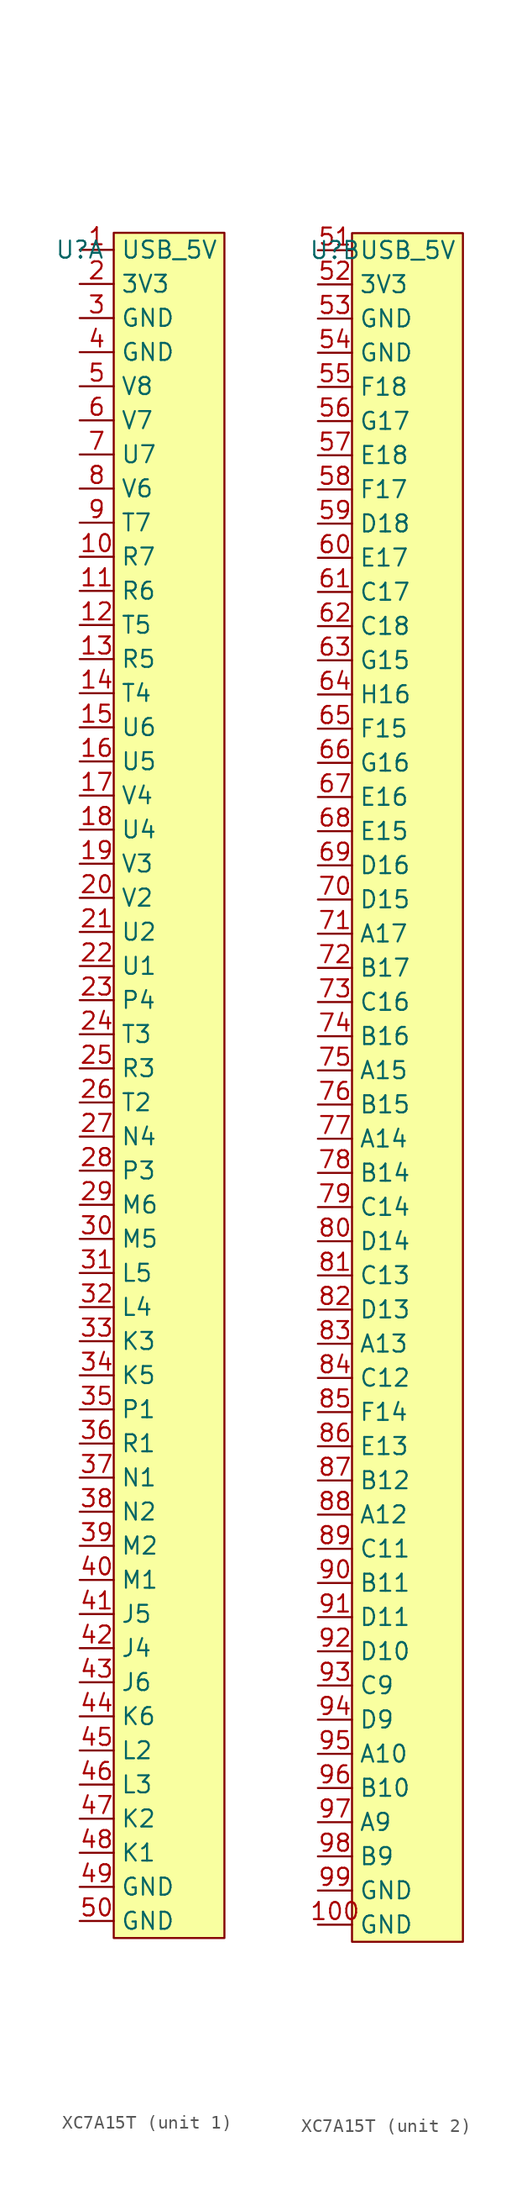
<source format=kicad_sym>
(kicad_symbol_lib
  (version 20231120)
  (generator "kicad_symbol_editor")
  (generator_version "8.0")
  (symbol "XC7A15T"
    (property "Reference" "U"
      (at 0 0 0)
      (effects (font (size 1.27 1.27))))
    (property "Value" ""
      (at 0 0 0)
      (effects (font (size 1.27 1.27))))
    (property "ki_locked" ""
      (at 0 0 0)
      (effects (font (size 1.27 1.27))))
    (symbol "XC7A15T_1_0"
      (pin power_in line (at 0 0 0) (length 2.54) (name "USB_5V" (effects (font (size 1.27 1.27)))) (number "1" (effects (font (size 1.27 1.27)))))
      (pin bidirectional line (at 0 -22.86 0) (length 2.54) (name "R7" (effects (font (size 1.27 1.27)))) (number "10" (effects (font (size 1.27 1.27)))))
      (pin bidirectional line (at 0 -25.4 0) (length 2.54) (name "R6" (effects (font (size 1.27 1.27)))) (number "11" (effects (font (size 1.27 1.27)))))
      (pin bidirectional line (at 0 -27.94 0) (length 2.54) (name "T5" (effects (font (size 1.27 1.27)))) (number "12" (effects (font (size 1.27 1.27)))))
      (pin bidirectional line (at 0 -30.48 0) (length 2.54) (name "R5" (effects (font (size 1.27 1.27)))) (number "13" (effects (font (size 1.27 1.27)))))
      (pin bidirectional line (at 0 -33.02 0) (length 2.54) (name "T4" (effects (font (size 1.27 1.27)))) (number "14" (effects (font (size 1.27 1.27)))))
      (pin bidirectional line (at 0 -35.56 0) (length 2.54) (name "U6" (effects (font (size 1.27 1.27)))) (number "15" (effects (font (size 1.27 1.27)))))
      (pin bidirectional line (at 0 -38.1 0) (length 2.54) (name "U5" (effects (font (size 1.27 1.27)))) (number "16" (effects (font (size 1.27 1.27)))))
      (pin bidirectional line (at 0 -40.64 0) (length 2.54) (name "V4" (effects (font (size 1.27 1.27)))) (number "17" (effects (font (size 1.27 1.27)))))
      (pin bidirectional line (at 0 -43.18 0) (length 2.54) (name "U4" (effects (font (size 1.27 1.27)))) (number "18" (effects (font (size 1.27 1.27)))))
      (pin bidirectional line (at 0 -45.72 0) (length 2.54) (name "V3" (effects (font (size 1.27 1.27)))) (number "19" (effects (font (size 1.27 1.27)))))
      (pin power_in line (at 0 -2.54 0) (length 2.54) (name "3V3" (effects (font (size 1.27 1.27)))) (number "2" (effects (font (size 1.27 1.27)))))
      (pin bidirectional line (at 0 -48.26 0) (length 2.54) (name "V2" (effects (font (size 1.27 1.27)))) (number "20" (effects (font (size 1.27 1.27)))))
      (pin bidirectional line (at 0 -50.8 0) (length 2.54) (name "U2" (effects (font (size 1.27 1.27)))) (number "21" (effects (font (size 1.27 1.27)))))
      (pin bidirectional line (at 0 -53.34 0) (length 2.54) (name "U1" (effects (font (size 1.27 1.27)))) (number "22" (effects (font (size 1.27 1.27)))))
      (pin bidirectional line (at 0 -55.88 0) (length 2.54) (name "P4" (effects (font (size 1.27 1.27)))) (number "23" (effects (font (size 1.27 1.27)))))
      (pin bidirectional line (at 0 -58.42 0) (length 2.54) (name "T3" (effects (font (size 1.27 1.27)))) (number "24" (effects (font (size 1.27 1.27)))))
      (pin bidirectional line (at 0 -60.96 0) (length 2.54) (name "R3" (effects (font (size 1.27 1.27)))) (number "25" (effects (font (size 1.27 1.27)))))
      (pin bidirectional line (at 0 -63.5 0) (length 2.54) (name "T2" (effects (font (size 1.27 1.27)))) (number "26" (effects (font (size 1.27 1.27)))))
      (pin bidirectional line (at 0 -66.04 0) (length 2.54) (name "N4" (effects (font (size 1.27 1.27)))) (number "27" (effects (font (size 1.27 1.27)))))
      (pin bidirectional line (at 0 -68.58 0) (length 2.54) (name "P3" (effects (font (size 1.27 1.27)))) (number "28" (effects (font (size 1.27 1.27)))))
      (pin bidirectional line (at 0 -71.12 0) (length 2.54) (name "M6" (effects (font (size 1.27 1.27)))) (number "29" (effects (font (size 1.27 1.27)))))
      (pin passive line (at 0 -5.08 0) (length 2.54) (name "GND" (effects (font (size 1.27 1.27)))) (number "3" (effects (font (size 1.27 1.27)))))
      (pin bidirectional line (at 0 -73.66 0) (length 2.54) (name "M5" (effects (font (size 1.27 1.27)))) (number "30" (effects (font (size 1.27 1.27)))))
      (pin bidirectional line (at 0 -76.2 0) (length 2.54) (name "L5" (effects (font (size 1.27 1.27)))) (number "31" (effects (font (size 1.27 1.27)))))
      (pin bidirectional line (at 0 -78.74 0) (length 2.54) (name "L4" (effects (font (size 1.27 1.27)))) (number "32" (effects (font (size 1.27 1.27)))))
      (pin bidirectional line (at 0 -81.28 0) (length 2.54) (name "K3" (effects (font (size 1.27 1.27)))) (number "33" (effects (font (size 1.27 1.27)))))
      (pin bidirectional line (at 0 -83.82 0) (length 2.54) (name "K5" (effects (font (size 1.27 1.27)))) (number "34" (effects (font (size 1.27 1.27)))))
      (pin bidirectional line (at 0 -86.36 0) (length 2.54) (name "P1" (effects (font (size 1.27 1.27)))) (number "35" (effects (font (size 1.27 1.27)))))
      (pin bidirectional line (at 0 -88.9 0) (length 2.54) (name "R1" (effects (font (size 1.27 1.27)))) (number "36" (effects (font (size 1.27 1.27)))))
      (pin bidirectional line (at 0 -91.44 0) (length 2.54) (name "N1" (effects (font (size 1.27 1.27)))) (number "37" (effects (font (size 1.27 1.27)))))
      (pin bidirectional line (at 0 -93.98 0) (length 2.54) (name "N2" (effects (font (size 1.27 1.27)))) (number "38" (effects (font (size 1.27 1.27)))))
      (pin bidirectional line (at 0 -96.52 0) (length 2.54) (name "M2" (effects (font (size 1.27 1.27)))) (number "39" (effects (font (size 1.27 1.27)))))
      (pin passive line (at 0 -7.62 0) (length 2.54) (name "GND" (effects (font (size 1.27 1.27)))) (number "4" (effects (font (size 1.27 1.27)))))
      (pin bidirectional line (at 0 -99.06 0) (length 2.54) (name "M1" (effects (font (size 1.27 1.27)))) (number "40" (effects (font (size 1.27 1.27)))))
      (pin bidirectional line (at 0 -101.6 0) (length 2.54) (name "J5" (effects (font (size 1.27 1.27)))) (number "41" (effects (font (size 1.27 1.27)))))
      (pin bidirectional line (at 0 -104.14 0) (length 2.54) (name "J4" (effects (font (size 1.27 1.27)))) (number "42" (effects (font (size 1.27 1.27)))))
      (pin bidirectional line (at 0 -106.68 0) (length 2.54) (name "J6" (effects (font (size 1.27 1.27)))) (number "43" (effects (font (size 1.27 1.27)))))
      (pin bidirectional line (at 0 -109.22 0) (length 2.54) (name "K6" (effects (font (size 1.27 1.27)))) (number "44" (effects (font (size 1.27 1.27)))))
      (pin bidirectional line (at 0 -111.76 0) (length 2.54) (name "L2" (effects (font (size 1.27 1.27)))) (number "45" (effects (font (size 1.27 1.27)))))
      (pin bidirectional line (at 0 -114.3 0) (length 2.54) (name "L3" (effects (font (size 1.27 1.27)))) (number "46" (effects (font (size 1.27 1.27)))))
      (pin bidirectional line (at 0 -116.84 0) (length 2.54) (name "K2" (effects (font (size 1.27 1.27)))) (number "47" (effects (font (size 1.27 1.27)))))
      (pin bidirectional line (at 0 -119.38 0) (length 2.54) (name "K1" (effects (font (size 1.27 1.27)))) (number "48" (effects (font (size 1.27 1.27)))))
      (pin passive line (at 0 -121.92 0) (length 2.54) (name "GND" (effects (font (size 1.27 1.27)))) (number "49" (effects (font (size 1.27 1.27)))))
      (pin bidirectional line (at 0 -10.16 0) (length 2.54) (name "V8" (effects (font (size 1.27 1.27)))) (number "5" (effects (font (size 1.27 1.27)))))
      (pin passive line (at 0 -124.46 0) (length 2.54) (name "GND" (effects (font (size 1.27 1.27)))) (number "50" (effects (font (size 1.27 1.27)))))
      (pin bidirectional line (at 0 -12.7 0) (length 2.54) (name "V7" (effects (font (size 1.27 1.27)))) (number "6" (effects (font (size 1.27 1.27)))))
      (pin bidirectional line (at 0 -15.24 0) (length 2.54) (name "U7" (effects (font (size 1.27 1.27)))) (number "7" (effects (font (size 1.27 1.27)))))
      (pin bidirectional line (at 0 -17.78 0) (length 2.54) (name "V6" (effects (font (size 1.27 1.27)))) (number "8" (effects (font (size 1.27 1.27)))))
      (pin bidirectional line (at 0 -20.32 0) (length 2.54) (name "T7" (effects (font (size 1.27 1.27)))) (number "9" (effects (font (size 1.27 1.27))))))
    (symbol "XC7A15T_1_1"
      (text_box "" (at 2.54 1.27 0) (size 8.255 -127) (stroke (width 0) (type default)) (fill (type color) (color 249 255 160 1)) (effects (font (size 1.27 1.27)) (justify left top))))
    (symbol "XC7A15T_2_0"
      (pin passive line (at -1.27 -124.46 0) (length 2.54) (name "GND" (effects (font (size 1.27 1.27)))) (number "100" (effects (font (size 1.27 1.27)))))
      (pin power_in line (at -1.27 0 0) (length 2.54) (name "USB_5V" (effects (font (size 1.27 1.27)))) (number "51" (effects (font (size 1.27 1.27)))))
      (pin power_in line (at -1.27 -2.54 0) (length 2.54) (name "3V3" (effects (font (size 1.27 1.27)))) (number "52" (effects (font (size 1.27 1.27)))))
      (pin passive line (at -1.27 -5.08 0) (length 2.54) (name "GND" (effects (font (size 1.27 1.27)))) (number "53" (effects (font (size 1.27 1.27)))))
      (pin passive line (at -1.27 -7.62 0) (length 2.54) (name "GND" (effects (font (size 1.27 1.27)))) (number "54" (effects (font (size 1.27 1.27)))))
      (pin bidirectional line (at -1.27 -10.16 0) (length 2.54) (name "F18" (effects (font (size 1.27 1.27)))) (number "55" (effects (font (size 1.27 1.27)))))
      (pin bidirectional line (at -1.27 -12.7 0) (length 2.54) (name "G17" (effects (font (size 1.27 1.27)))) (number "56" (effects (font (size 1.27 1.27)))))
      (pin bidirectional line (at -1.27 -15.24 0) (length 2.54) (name "E18" (effects (font (size 1.27 1.27)))) (number "57" (effects (font (size 1.27 1.27)))))
      (pin bidirectional line (at -1.27 -17.78 0) (length 2.54) (name "F17" (effects (font (size 1.27 1.27)))) (number "58" (effects (font (size 1.27 1.27)))))
      (pin bidirectional line (at -1.27 -20.32 0) (length 2.54) (name "D18" (effects (font (size 1.27 1.27)))) (number "59" (effects (font (size 1.27 1.27)))))
      (pin bidirectional line (at -1.27 -22.86 0) (length 2.54) (name "E17" (effects (font (size 1.27 1.27)))) (number "60" (effects (font (size 1.27 1.27)))))
      (pin bidirectional line (at -1.27 -25.4 0) (length 2.54) (name "C17" (effects (font (size 1.27 1.27)))) (number "61" (effects (font (size 1.27 1.27)))))
      (pin bidirectional line (at -1.27 -27.94 0) (length 2.54) (name "C18" (effects (font (size 1.27 1.27)))) (number "62" (effects (font (size 1.27 1.27)))))
      (pin bidirectional line (at -1.27 -30.48 0) (length 2.54) (name "G15" (effects (font (size 1.27 1.27)))) (number "63" (effects (font (size 1.27 1.27)))))
      (pin bidirectional line (at -1.27 -33.02 0) (length 2.54) (name "H16" (effects (font (size 1.27 1.27)))) (number "64" (effects (font (size 1.27 1.27)))))
      (pin bidirectional line (at -1.27 -35.56 0) (length 2.54) (name "F15" (effects (font (size 1.27 1.27)))) (number "65" (effects (font (size 1.27 1.27)))))
      (pin bidirectional line (at -1.27 -38.1 0) (length 2.54) (name "G16" (effects (font (size 1.27 1.27)))) (number "66" (effects (font (size 1.27 1.27)))))
      (pin bidirectional line (at -1.27 -40.64 0) (length 2.54) (name "E16" (effects (font (size 1.27 1.27)))) (number "67" (effects (font (size 1.27 1.27)))))
      (pin bidirectional line (at -1.27 -43.18 0) (length 2.54) (name "E15" (effects (font (size 1.27 1.27)))) (number "68" (effects (font (size 1.27 1.27)))))
      (pin bidirectional line (at -1.27 -45.72 0) (length 2.54) (name "D16" (effects (font (size 1.27 1.27)))) (number "69" (effects (font (size 1.27 1.27)))))
      (pin bidirectional line (at -1.27 -48.26 0) (length 2.54) (name "D15" (effects (font (size 1.27 1.27)))) (number "70" (effects (font (size 1.27 1.27)))))
      (pin bidirectional line (at -1.27 -50.8 0) (length 2.54) (name "A17" (effects (font (size 1.27 1.27)))) (number "71" (effects (font (size 1.27 1.27)))))
      (pin bidirectional line (at -1.27 -53.34 0) (length 2.54) (name "B17" (effects (font (size 1.27 1.27)))) (number "72" (effects (font (size 1.27 1.27)))))
      (pin bidirectional line (at -1.27 -55.88 0) (length 2.54) (name "C16" (effects (font (size 1.27 1.27)))) (number "73" (effects (font (size 1.27 1.27)))))
      (pin bidirectional line (at -1.27 -58.42 0) (length 2.54) (name "B16" (effects (font (size 1.27 1.27)))) (number "74" (effects (font (size 1.27 1.27)))))
      (pin bidirectional line (at -1.27 -60.96 0) (length 2.54) (name "A15" (effects (font (size 1.27 1.27)))) (number "75" (effects (font (size 1.27 1.27)))))
      (pin bidirectional line (at -1.27 -63.5 0) (length 2.54) (name "B15" (effects (font (size 1.27 1.27)))) (number "76" (effects (font (size 1.27 1.27)))))
      (pin bidirectional line (at -1.27 -66.04 0) (length 2.54) (name "A14" (effects (font (size 1.27 1.27)))) (number "77" (effects (font (size 1.27 1.27)))))
      (pin bidirectional line (at -1.27 -68.58 0) (length 2.54) (name "B14" (effects (font (size 1.27 1.27)))) (number "78" (effects (font (size 1.27 1.27)))))
      (pin bidirectional line (at -1.27 -71.12 0) (length 2.54) (name "C14" (effects (font (size 1.27 1.27)))) (number "79" (effects (font (size 1.27 1.27)))))
      (pin bidirectional line (at -1.27 -73.66 0) (length 2.54) (name "D14" (effects (font (size 1.27 1.27)))) (number "80" (effects (font (size 1.27 1.27)))))
      (pin bidirectional line (at -1.27 -76.2 0) (length 2.54) (name "C13" (effects (font (size 1.27 1.27)))) (number "81" (effects (font (size 1.27 1.27)))))
      (pin bidirectional line (at -1.27 -78.74 0) (length 2.54) (name "D13" (effects (font (size 1.27 1.27)))) (number "82" (effects (font (size 1.27 1.27)))))
      (pin bidirectional line (at -1.27 -81.28 0) (length 2.54) (name "A13" (effects (font (size 1.27 1.27)))) (number "83" (effects (font (size 1.27 1.27)))))
      (pin bidirectional line (at -1.27 -83.82 0) (length 2.54) (name "C12" (effects (font (size 1.27 1.27)))) (number "84" (effects (font (size 1.27 1.27)))))
      (pin bidirectional line (at -1.27 -86.36 0) (length 2.54) (name "F14" (effects (font (size 1.27 1.27)))) (number "85" (effects (font (size 1.27 1.27)))))
      (pin bidirectional line (at -1.27 -88.9 0) (length 2.54) (name "E13" (effects (font (size 1.27 1.27)))) (number "86" (effects (font (size 1.27 1.27)))))
      (pin bidirectional line (at -1.27 -91.44 0) (length 2.54) (name "B12" (effects (font (size 1.27 1.27)))) (number "87" (effects (font (size 1.27 1.27)))))
      (pin bidirectional line (at -1.27 -93.98 0) (length 2.54) (name "A12" (effects (font (size 1.27 1.27)))) (number "88" (effects (font (size 1.27 1.27)))))
      (pin bidirectional line (at -1.27 -96.52 0) (length 2.54) (name "C11" (effects (font (size 1.27 1.27)))) (number "89" (effects (font (size 1.27 1.27)))))
      (pin bidirectional line (at -1.27 -99.06 0) (length 2.54) (name "B11" (effects (font (size 1.27 1.27)))) (number "90" (effects (font (size 1.27 1.27)))))
      (pin bidirectional line (at -1.27 -101.6 0) (length 2.54) (name "D11" (effects (font (size 1.27 1.27)))) (number "91" (effects (font (size 1.27 1.27)))))
      (pin bidirectional line (at -1.27 -104.14 0) (length 2.54) (name "D10" (effects (font (size 1.27 1.27)))) (number "92" (effects (font (size 1.27 1.27)))))
      (pin bidirectional line (at -1.27 -106.68 0) (length 2.54) (name "C9" (effects (font (size 1.27 1.27)))) (number "93" (effects (font (size 1.27 1.27)))))
      (pin bidirectional line (at -1.27 -109.22 0) (length 2.54) (name "D9" (effects (font (size 1.27 1.27)))) (number "94" (effects (font (size 1.27 1.27)))))
      (pin bidirectional line (at -1.27 -111.76 0) (length 2.54) (name "A10" (effects (font (size 1.27 1.27)))) (number "95" (effects (font (size 1.27 1.27)))))
      (pin bidirectional line (at -1.27 -114.3 0) (length 2.54) (name "B10" (effects (font (size 1.27 1.27)))) (number "96" (effects (font (size 1.27 1.27)))))
      (pin bidirectional line (at -1.27 -116.84 0) (length 2.54) (name "A9" (effects (font (size 1.27 1.27)))) (number "97" (effects (font (size 1.27 1.27)))))
      (pin bidirectional line (at -1.27 -119.38 0) (length 2.54) (name "B9" (effects (font (size 1.27 1.27)))) (number "98" (effects (font (size 1.27 1.27)))))
      (pin passive line (at -1.27 -121.92 0) (length 2.54) (name "GND" (effects (font (size 1.27 1.27)))) (number "99" (effects (font (size 1.27 1.27))))))
    (symbol "XC7A15T_2_1"
      (text_box "" (at 1.27 1.27 0) (size 8.255 -127) (stroke (width 0) (type default)) (fill (type color) (color 249 255 160 1)) (effects (font (size 1.27 1.27)) (justify left top))))))
</source>
